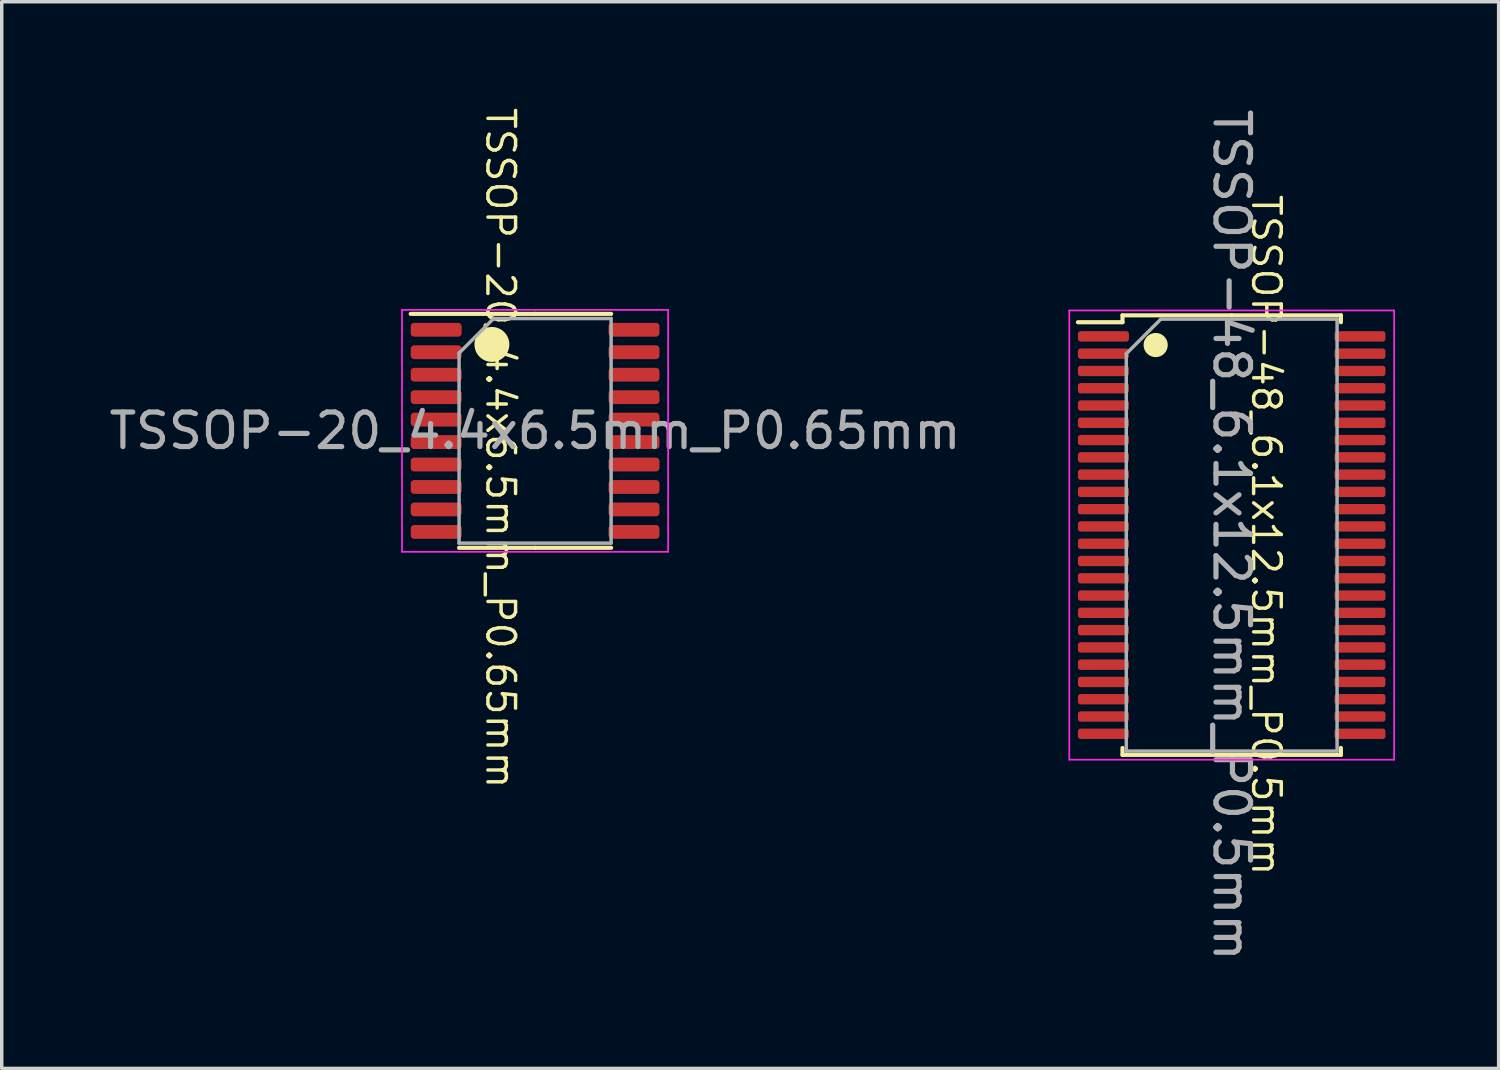
<source format=kicad_pcb>
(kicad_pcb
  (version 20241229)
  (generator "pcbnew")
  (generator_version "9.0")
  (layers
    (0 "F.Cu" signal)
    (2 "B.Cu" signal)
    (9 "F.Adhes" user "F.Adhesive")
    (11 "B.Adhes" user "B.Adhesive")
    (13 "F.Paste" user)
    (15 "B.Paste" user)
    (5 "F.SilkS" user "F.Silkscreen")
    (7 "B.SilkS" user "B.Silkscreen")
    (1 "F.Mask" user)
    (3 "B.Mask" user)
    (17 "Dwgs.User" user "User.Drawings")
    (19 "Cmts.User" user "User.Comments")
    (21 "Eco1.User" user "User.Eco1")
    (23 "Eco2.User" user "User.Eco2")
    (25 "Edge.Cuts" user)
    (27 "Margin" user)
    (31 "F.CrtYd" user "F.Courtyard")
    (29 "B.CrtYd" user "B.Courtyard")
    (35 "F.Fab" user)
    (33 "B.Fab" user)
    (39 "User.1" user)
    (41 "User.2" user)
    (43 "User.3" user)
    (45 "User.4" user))
  (footprint "TSSOP-20_4.4x6.5mm_P0.65mm"
    (layer "F.Cu")
    (at 12.435 9.418)
    (property "Reference" "TSSOP-20_4.4x6.5mm_P0.65mm" (at -1 0.5 270) (unlocked yes) (layer "F.SilkS") (effects (font (size 0.8 0.8) (thickness 0.1))))
    (attr smd)
    (fp_line (start 0 -3.385) (end -3.6 -3.385) (stroke (width 0.12) (type solid)) (layer "F.SilkS"))
    (fp_line (start 0 -3.385) (end 2.2 -3.385) (stroke (width 0.12) (type solid)) (layer "F.SilkS"))
    (fp_line (start 0 3.385) (end -2.2 3.385) (stroke (width 0.12) (type solid)) (layer "F.SilkS"))
    (fp_line (start 0 3.385) (end 2.2 3.385) (stroke (width 0.12) (type solid)) (layer "F.SilkS"))
    (fp_circle (center -1.25 -2.5) (end -0.75 -2.5) (stroke (width 0.01) (type solid)) (fill yes) (layer "F.SilkS"))
    (fp_line (start -3.85 -3.5) (end -3.85 3.5) (stroke (width 0.05) (type solid)) (layer "F.CrtYd"))
    (fp_line (start -3.85 3.5) (end 3.85 3.5) (stroke (width 0.05) (type solid)) (layer "F.CrtYd"))
    (fp_line (start 3.85 -3.5) (end -3.85 -3.5) (stroke (width 0.05) (type solid)) (layer "F.CrtYd"))
    (fp_line (start 3.85 3.5) (end 3.85 -3.5) (stroke (width 0.05) (type solid)) (layer "F.CrtYd"))
    (fp_line (start -2.2 -2.25) (end -1.2 -3.25) (stroke (width 0.1) (type solid)) (layer "F.Fab"))
    (fp_line (start -2.2 3.25) (end -2.2 -2.25) (stroke (width 0.1) (type solid)) (layer "F.Fab"))
    (fp_line (start -1.2 -3.25) (end 2.2 -3.25) (stroke (width 0.1) (type solid)) (layer "F.Fab"))
    (fp_line (start 2.2 -3.25) (end 2.2 3.25) (stroke (width 0.1) (type solid)) (layer "F.Fab"))
    (fp_line (start 2.2 3.25) (end -2.2 3.25) (stroke (width 0.1) (type solid)) (layer "F.Fab"))
    (fp_text user "${REFERENCE}" (at 0 0 0) (layer "F.Fab") (effects (font (size 1 1) (thickness 0.15))))
    (pad "1" smd roundrect (at -2.862 -2.925) (size 1.475 0.4) (layers "F.Cu" "F.Mask" "F.Paste") (roundrect_rratio 0.25))
    (pad "2" smd roundrect (at -2.862 -2.275) (size 1.475 0.4) (layers "F.Cu" "F.Mask" "F.Paste") (roundrect_rratio 0.25))
    (pad "3" smd roundrect (at -2.862 -1.625) (size 1.475 0.4) (layers "F.Cu" "F.Mask" "F.Paste") (roundrect_rratio 0.25))
    (pad "4" smd roundrect (at -2.862 -0.975) (size 1.475 0.4) (layers "F.Cu" "F.Mask" "F.Paste") (roundrect_rratio 0.25))
    (pad "5" smd roundrect (at -2.862 -0.325) (size 1.475 0.4) (layers "F.Cu" "F.Mask" "F.Paste") (roundrect_rratio 0.25))
    (pad "6" smd roundrect (at -2.862 0.325) (size 1.475 0.4) (layers "F.Cu" "F.Mask" "F.Paste") (roundrect_rratio 0.25))
    (pad "7" smd roundrect (at -2.862 0.975) (size 1.475 0.4) (layers "F.Cu" "F.Mask" "F.Paste") (roundrect_rratio 0.25))
    (pad "8" smd roundrect (at -2.862 1.625) (size 1.475 0.4) (layers "F.Cu" "F.Mask" "F.Paste") (roundrect_rratio 0.25))
    (pad "9" smd roundrect (at -2.862 2.275) (size 1.475 0.4) (layers "F.Cu" "F.Mask" "F.Paste") (roundrect_rratio 0.25))
    (pad "10" smd roundrect (at -2.862 2.925) (size 1.475 0.4) (layers "F.Cu" "F.Mask" "F.Paste") (roundrect_rratio 0.25))
    (pad "11" smd roundrect (at 2.862 2.925) (size 1.475 0.4) (layers "F.Cu" "F.Mask" "F.Paste") (roundrect_rratio 0.25))
    (pad "12" smd roundrect (at 2.862 2.275) (size 1.475 0.4) (layers "F.Cu" "F.Mask" "F.Paste") (roundrect_rratio 0.25))
    (pad "13" smd roundrect (at 2.862 1.625) (size 1.475 0.4) (layers "F.Cu" "F.Mask" "F.Paste") (roundrect_rratio 0.25))
    (pad "14" smd roundrect (at 2.862 0.975) (size 1.475 0.4) (layers "F.Cu" "F.Mask" "F.Paste") (roundrect_rratio 0.25))
    (pad "15" smd roundrect (at 2.862 0.325) (size 1.475 0.4) (layers "F.Cu" "F.Mask" "F.Paste") (roundrect_rratio 0.25))
    (pad "16" smd roundrect (at 2.862 -0.325) (size 1.475 0.4) (layers "F.Cu" "F.Mask" "F.Paste") (roundrect_rratio 0.25))
    (pad "17" smd roundrect (at 2.862 -0.975) (size 1.475 0.4) (layers "F.Cu" "F.Mask" "F.Paste") (roundrect_rratio 0.25))
    (pad "18" smd roundrect (at 2.862 -1.625) (size 1.475 0.4) (layers "F.Cu" "F.Mask" "F.Paste") (roundrect_rratio 0.25))
    (pad "19" smd roundrect (at 2.862 -2.275) (size 1.475 0.4) (layers "F.Cu" "F.Mask" "F.Paste") (roundrect_rratio 0.25))
    (pad "20" smd roundrect (at 2.862 -2.925) (size 1.475 0.4) (layers "F.Cu" "F.Mask" "F.Paste") (roundrect_rratio 0.25)))
  (footprint "TSSOP-48_6.1x12.5mm_P0.5mm"
    (layer "F.Cu")
    (at 32.594 12.435)
    (property "Reference" "TSSOP-48_6.1x12.5mm_P0.5mm" (at 1 0 270) (unlocked yes) (layer "F.SilkS") (effects (font (size 0.8 0.8) (thickness 0.1))))
    (attr smd)
    (fp_line (start -3.16 -6.36) (end -3.16 -6.16) (stroke (width 0.12) (type solid)) (layer "F.SilkS"))
    (fp_line (start -3.16 -6.16) (end -4.45 -6.16) (stroke (width 0.12) (type solid)) (layer "F.SilkS"))
    (fp_line (start -3.16 6.36) (end -3.16 6.16) (stroke (width 0.12) (type solid)) (layer "F.SilkS"))
    (fp_line (start 0 -6.36) (end -3.16 -6.36) (stroke (width 0.12) (type solid)) (layer "F.SilkS"))
    (fp_line (start 0 -6.36) (end 3.16 -6.36) (stroke (width 0.12) (type solid)) (layer "F.SilkS"))
    (fp_line (start 0 6.36) (end -3.16 6.36) (stroke (width 0.12) (type solid)) (layer "F.SilkS"))
    (fp_line (start 0 6.36) (end 3.16 6.36) (stroke (width 0.12) (type solid)) (layer "F.SilkS"))
    (fp_line (start 3.16 -6.36) (end 3.16 -6.16) (stroke (width 0.12) (type solid)) (layer "F.SilkS"))
    (fp_line (start 3.16 6.36) (end 3.16 6.16) (stroke (width 0.12) (type solid)) (layer "F.SilkS"))
    (fp_circle (center -2.2 -5.5) (end -1.9 -5.5) (stroke (width 0.1) (type solid)) (fill yes) (layer "F.SilkS"))
    (fp_line (start -4.7 -6.5) (end -4.7 6.5) (stroke (width 0.05) (type solid)) (layer "F.CrtYd"))
    (fp_line (start -4.7 6.5) (end 4.7 6.5) (stroke (width 0.05) (type solid)) (layer "F.CrtYd"))
    (fp_line (start 4.7 -6.5) (end -4.7 -6.5) (stroke (width 0.05) (type solid)) (layer "F.CrtYd"))
    (fp_line (start 4.7 6.5) (end 4.7 -6.5) (stroke (width 0.05) (type solid)) (layer "F.CrtYd"))
    (fp_line (start -3.05 -5.25) (end -2.05 -6.25) (stroke (width 0.1) (type solid)) (layer "F.Fab"))
    (fp_line (start -3.05 6.25) (end -3.05 -5.25) (stroke (width 0.1) (type solid)) (layer "F.Fab"))
    (fp_line (start -2.05 -6.25) (end 3.05 -6.25) (stroke (width 0.1) (type solid)) (layer "F.Fab"))
    (fp_line (start 3.05 -6.25) (end 3.05 6.25) (stroke (width 0.1) (type solid)) (layer "F.Fab"))
    (fp_line (start 3.05 6.25) (end -3.05 6.25) (stroke (width 0.1) (type solid)) (layer "F.Fab"))
    (fp_text user "${REFERENCE}" (at 0 0 270) (unlocked yes) (layer "F.Fab") (effects (font (size 1 1) (thickness 0.15))))
    (pad "1" smd roundrect (at -3.712 -5.75) (size 1.475 0.3) (layers "F.Cu" "F.Mask" "F.Paste") (roundrect_rratio 0.25))
    (pad "2" smd roundrect (at -3.712 -5.25) (size 1.475 0.3) (layers "F.Cu" "F.Mask" "F.Paste") (roundrect_rratio 0.25))
    (pad "3" smd roundrect (at -3.712 -4.75) (size 1.475 0.3) (layers "F.Cu" "F.Mask" "F.Paste") (roundrect_rratio 0.25))
    (pad "4" smd roundrect (at -3.712 -4.25) (size 1.475 0.3) (layers "F.Cu" "F.Mask" "F.Paste") (roundrect_rratio 0.25))
    (pad "5" smd roundrect (at -3.712 -3.75) (size 1.475 0.3) (layers "F.Cu" "F.Mask" "F.Paste") (roundrect_rratio 0.25))
    (pad "6" smd roundrect (at -3.712 -3.25) (size 1.475 0.3) (layers "F.Cu" "F.Mask" "F.Paste") (roundrect_rratio 0.25))
    (pad "7" smd roundrect (at -3.712 -2.75) (size 1.475 0.3) (layers "F.Cu" "F.Mask" "F.Paste") (roundrect_rratio 0.25))
    (pad "8" smd roundrect (at -3.712 -2.25) (size 1.475 0.3) (layers "F.Cu" "F.Mask" "F.Paste") (roundrect_rratio 0.25))
    (pad "9" smd roundrect (at -3.712 -1.75) (size 1.475 0.3) (layers "F.Cu" "F.Mask" "F.Paste") (roundrect_rratio 0.25))
    (pad "10" smd roundrect (at -3.712 -1.25) (size 1.475 0.3) (layers "F.Cu" "F.Mask" "F.Paste") (roundrect_rratio 0.25))
    (pad "11" smd roundrect (at -3.712 -0.75) (size 1.475 0.3) (layers "F.Cu" "F.Mask" "F.Paste") (roundrect_rratio 0.25))
    (pad "12" smd roundrect (at -3.712 -0.25) (size 1.475 0.3) (layers "F.Cu" "F.Mask" "F.Paste") (roundrect_rratio 0.25))
    (pad "13" smd roundrect (at -3.712 0.25) (size 1.475 0.3) (layers "F.Cu" "F.Mask" "F.Paste") (roundrect_rratio 0.25))
    (pad "14" smd roundrect (at -3.712 0.75) (size 1.475 0.3) (layers "F.Cu" "F.Mask" "F.Paste") (roundrect_rratio 0.25))
    (pad "15" smd roundrect (at -3.712 1.25) (size 1.475 0.3) (layers "F.Cu" "F.Mask" "F.Paste") (roundrect_rratio 0.25))
    (pad "16" smd roundrect (at -3.712 1.75) (size 1.475 0.3) (layers "F.Cu" "F.Mask" "F.Paste") (roundrect_rratio 0.25))
    (pad "17" smd roundrect (at -3.712 2.25) (size 1.475 0.3) (layers "F.Cu" "F.Mask" "F.Paste") (roundrect_rratio 0.25))
    (pad "18" smd roundrect (at -3.712 2.75) (size 1.475 0.3) (layers "F.Cu" "F.Mask" "F.Paste") (roundrect_rratio 0.25))
    (pad "19" smd roundrect (at -3.712 3.25) (size 1.475 0.3) (layers "F.Cu" "F.Mask" "F.Paste") (roundrect_rratio 0.25))
    (pad "20" smd roundrect (at -3.712 3.75) (size 1.475 0.3) (layers "F.Cu" "F.Mask" "F.Paste") (roundrect_rratio 0.25))
    (pad "21" smd roundrect (at -3.712 4.25) (size 1.475 0.3) (layers "F.Cu" "F.Mask" "F.Paste") (roundrect_rratio 0.25))
    (pad "22" smd roundrect (at -3.712 4.75) (size 1.475 0.3) (layers "F.Cu" "F.Mask" "F.Paste") (roundrect_rratio 0.25))
    (pad "23" smd roundrect (at -3.712 5.25) (size 1.475 0.3) (layers "F.Cu" "F.Mask" "F.Paste") (roundrect_rratio 0.25))
    (pad "24" smd roundrect (at -3.712 5.75) (size 1.475 0.3) (layers "F.Cu" "F.Mask" "F.Paste") (roundrect_rratio 0.25))
    (pad "25" smd roundrect (at 3.712 5.75) (size 1.475 0.3) (layers "F.Cu" "F.Mask" "F.Paste") (roundrect_rratio 0.25))
    (pad "26" smd roundrect (at 3.712 5.25) (size 1.475 0.3) (layers "F.Cu" "F.Mask" "F.Paste") (roundrect_rratio 0.25))
    (pad "27" smd roundrect (at 3.712 4.75) (size 1.475 0.3) (layers "F.Cu" "F.Mask" "F.Paste") (roundrect_rratio 0.25))
    (pad "28" smd roundrect (at 3.712 4.25) (size 1.475 0.3) (layers "F.Cu" "F.Mask" "F.Paste") (roundrect_rratio 0.25))
    (pad "29" smd roundrect (at 3.712 3.75) (size 1.475 0.3) (layers "F.Cu" "F.Mask" "F.Paste") (roundrect_rratio 0.25))
    (pad "30" smd roundrect (at 3.712 3.25) (size 1.475 0.3) (layers "F.Cu" "F.Mask" "F.Paste") (roundrect_rratio 0.25))
    (pad "31" smd roundrect (at 3.712 2.75) (size 1.475 0.3) (layers "F.Cu" "F.Mask" "F.Paste") (roundrect_rratio 0.25))
    (pad "32" smd roundrect (at 3.712 2.25) (size 1.475 0.3) (layers "F.Cu" "F.Mask" "F.Paste") (roundrect_rratio 0.25))
    (pad "33" smd roundrect (at 3.712 1.75) (size 1.475 0.3) (layers "F.Cu" "F.Mask" "F.Paste") (roundrect_rratio 0.25))
    (pad "34" smd roundrect (at 3.712 1.25) (size 1.475 0.3) (layers "F.Cu" "F.Mask" "F.Paste") (roundrect_rratio 0.25))
    (pad "35" smd roundrect (at 3.712 0.75) (size 1.475 0.3) (layers "F.Cu" "F.Mask" "F.Paste") (roundrect_rratio 0.25))
    (pad "36" smd roundrect (at 3.712 0.25) (size 1.475 0.3) (layers "F.Cu" "F.Mask" "F.Paste") (roundrect_rratio 0.25))
    (pad "37" smd roundrect (at 3.712 -0.25) (size 1.475 0.3) (layers "F.Cu" "F.Mask" "F.Paste") (roundrect_rratio 0.25))
    (pad "38" smd roundrect (at 3.712 -0.75) (size 1.475 0.3) (layers "F.Cu" "F.Mask" "F.Paste") (roundrect_rratio 0.25))
    (pad "39" smd roundrect (at 3.712 -1.25) (size 1.475 0.3) (layers "F.Cu" "F.Mask" "F.Paste") (roundrect_rratio 0.25))
    (pad "40" smd roundrect (at 3.712 -1.75) (size 1.475 0.3) (layers "F.Cu" "F.Mask" "F.Paste") (roundrect_rratio 0.25))
    (pad "41" smd roundrect (at 3.712 -2.25) (size 1.475 0.3) (layers "F.Cu" "F.Mask" "F.Paste") (roundrect_rratio 0.25))
    (pad "42" smd roundrect (at 3.712 -2.75) (size 1.475 0.3) (layers "F.Cu" "F.Mask" "F.Paste") (roundrect_rratio 0.25))
    (pad "43" smd roundrect (at 3.712 -3.25) (size 1.475 0.3) (layers "F.Cu" "F.Mask" "F.Paste") (roundrect_rratio 0.25))
    (pad "44" smd roundrect (at 3.712 -3.75) (size 1.475 0.3) (layers "F.Cu" "F.Mask" "F.Paste") (roundrect_rratio 0.25))
    (pad "45" smd roundrect (at 3.712 -4.25) (size 1.475 0.3) (layers "F.Cu" "F.Mask" "F.Paste") (roundrect_rratio 0.25))
    (pad "46" smd roundrect (at 3.712 -4.75) (size 1.475 0.3) (layers "F.Cu" "F.Mask" "F.Paste") (roundrect_rratio 0.25))
    (pad "47" smd roundrect (at 3.712 -5.25) (size 1.475 0.3) (layers "F.Cu" "F.Mask" "F.Paste") (roundrect_rratio 0.25))
    (pad "48" smd roundrect (at 3.712 -5.75) (size 1.475 0.3) (layers "F.Cu" "F.Mask" "F.Paste") (roundrect_rratio 0.25)))
  (gr_rect
    (start -3 -3)
    (end 40.319 27.869)
    (stroke (width 0.1) (type default))
    (fill no)
    (layer "Edge.Cuts")))
</source>
